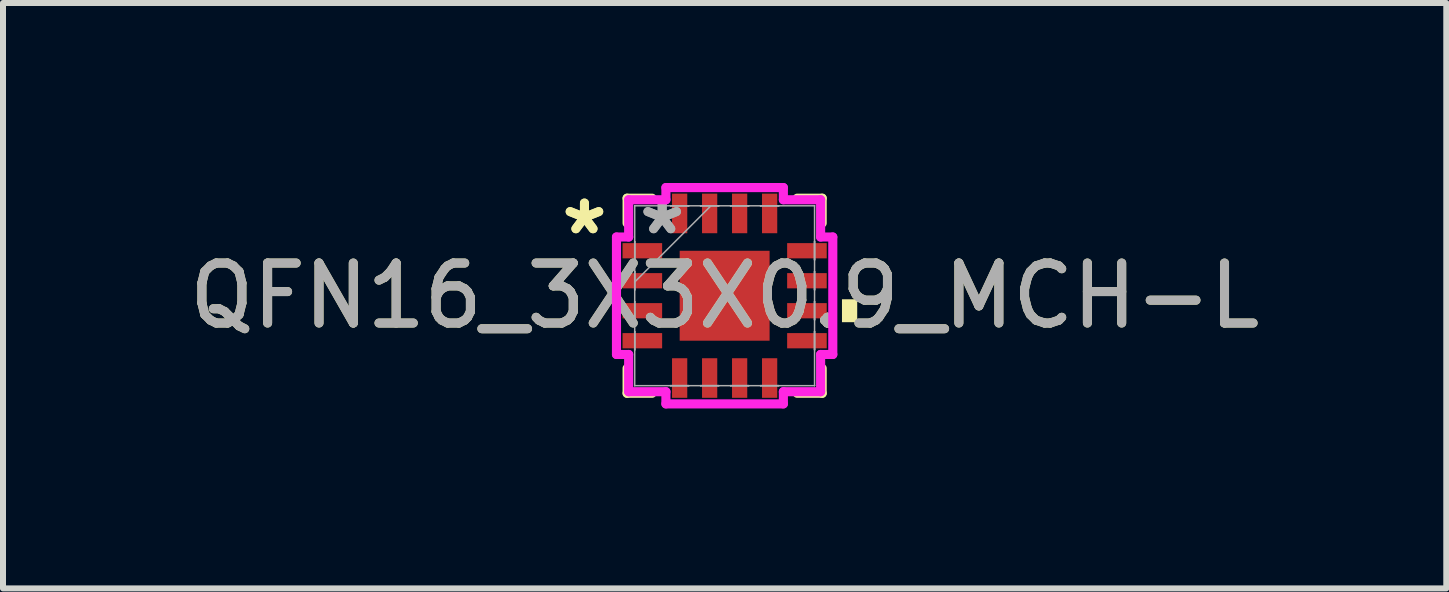
<source format=kicad_pcb>
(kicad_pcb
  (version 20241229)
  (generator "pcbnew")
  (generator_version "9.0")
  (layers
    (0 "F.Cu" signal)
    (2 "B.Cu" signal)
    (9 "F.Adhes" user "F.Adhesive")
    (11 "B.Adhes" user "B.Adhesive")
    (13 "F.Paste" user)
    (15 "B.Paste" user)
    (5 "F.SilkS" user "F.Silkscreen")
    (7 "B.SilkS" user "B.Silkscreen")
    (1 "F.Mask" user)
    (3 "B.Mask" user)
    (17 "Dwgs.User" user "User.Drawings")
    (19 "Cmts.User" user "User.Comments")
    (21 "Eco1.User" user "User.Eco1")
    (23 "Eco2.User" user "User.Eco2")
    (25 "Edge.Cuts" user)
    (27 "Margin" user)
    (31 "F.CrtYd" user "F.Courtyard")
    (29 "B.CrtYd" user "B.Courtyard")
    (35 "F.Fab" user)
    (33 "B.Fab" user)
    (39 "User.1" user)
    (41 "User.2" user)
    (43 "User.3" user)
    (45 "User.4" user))
  (footprint "QFN16_3X3X0.9_MCH-L"
    (layer "F.Cu")
    (at 9.03 1.88)
    (property "Reference" "QFN16_3X3X0.9_MCH-L" (at 0 0 0) (unlocked yes) (layer "F.SilkS") (effects (font (size 1 1) (thickness 0.15))))
    (attr smd)
    (fp_line (start -1.626 -1.626) (end -1.626 -1.21) (stroke (width 0.152) (type solid)) (layer "F.SilkS"))
    (fp_line (start -1.626 1.21) (end -1.626 1.626) (stroke (width 0.152) (type solid)) (layer "F.SilkS"))
    (fp_line (start -1.626 1.626) (end -1.21 1.626) (stroke (width 0.152) (type solid)) (layer "F.SilkS"))
    (fp_line (start -1.21 -1.626) (end -1.626 -1.626) (stroke (width 0.152) (type solid)) (layer "F.SilkS"))
    (fp_line (start 1.21 1.626) (end 1.626 1.626) (stroke (width 0.152) (type solid)) (layer "F.SilkS"))
    (fp_line (start 1.626 -1.626) (end 1.21 -1.626) (stroke (width 0.152) (type solid)) (layer "F.SilkS"))
    (fp_line (start 1.626 -1.21) (end 1.626 -1.626) (stroke (width 0.152) (type solid)) (layer "F.SilkS"))
    (fp_line (start 1.626 1.626) (end 1.626 1.21) (stroke (width 0.152) (type solid)) (layer "F.SilkS"))
    (fp_poly (pts (xy 2.21 0.059) (xy 2.21 0.441) (xy 1.956 0.441) (xy 1.956 0.059)) (stroke (width 0) (type solid)) (fill yes) (layer "F.SilkS"))
    (fp_line (start -1.803 -0.979) (end -1.6 -0.979) (stroke (width 0.152) (type solid)) (layer "F.CrtYd"))
    (fp_line (start -1.803 0.979) (end -1.803 -0.979) (stroke (width 0.152) (type solid)) (layer "F.CrtYd"))
    (fp_line (start -1.6 -1.6) (end -0.979 -1.6) (stroke (width 0.152) (type solid)) (layer "F.CrtYd"))
    (fp_line (start -1.6 -0.979) (end -1.6 -1.6) (stroke (width 0.152) (type solid)) (layer "F.CrtYd"))
    (fp_line (start -1.6 0.979) (end -1.803 0.979) (stroke (width 0.152) (type solid)) (layer "F.CrtYd"))
    (fp_line (start -1.6 1.6) (end -1.6 0.979) (stroke (width 0.152) (type solid)) (layer "F.CrtYd"))
    (fp_line (start -0.979 -1.803) (end 0.979 -1.803) (stroke (width 0.152) (type solid)) (layer "F.CrtYd"))
    (fp_line (start -0.979 -1.6) (end -0.979 -1.803) (stroke (width 0.152) (type solid)) (layer "F.CrtYd"))
    (fp_line (start -0.979 1.6) (end -1.6 1.6) (stroke (width 0.152) (type solid)) (layer "F.CrtYd"))
    (fp_line (start -0.979 1.803) (end -0.979 1.6) (stroke (width 0.152) (type solid)) (layer "F.CrtYd"))
    (fp_line (start 0.979 -1.803) (end 0.979 -1.6) (stroke (width 0.152) (type solid)) (layer "F.CrtYd"))
    (fp_line (start 0.979 -1.6) (end 1.6 -1.6) (stroke (width 0.152) (type solid)) (layer "F.CrtYd"))
    (fp_line (start 0.979 1.6) (end 0.979 1.803) (stroke (width 0.152) (type solid)) (layer "F.CrtYd"))
    (fp_line (start 0.979 1.803) (end -0.979 1.803) (stroke (width 0.152) (type solid)) (layer "F.CrtYd"))
    (fp_line (start 1.6 -1.6) (end 1.6 -0.979) (stroke (width 0.152) (type solid)) (layer "F.CrtYd"))
    (fp_line (start 1.6 -0.979) (end 1.803 -0.979) (stroke (width 0.152) (type solid)) (layer "F.CrtYd"))
    (fp_line (start 1.6 0.979) (end 1.6 1.6) (stroke (width 0.152) (type solid)) (layer "F.CrtYd"))
    (fp_line (start 1.6 1.6) (end 0.979 1.6) (stroke (width 0.152) (type solid)) (layer "F.CrtYd"))
    (fp_line (start 1.803 -0.979) (end 1.803 0.979) (stroke (width 0.152) (type solid)) (layer "F.CrtYd"))
    (fp_line (start 1.803 0.979) (end 1.6 0.979) (stroke (width 0.152) (type solid)) (layer "F.CrtYd"))
    (fp_line (start -1.499 -1.499) (end -1.499 -1.499) (stroke (width 0.025) (type solid)) (layer "F.Fab"))
    (fp_line (start -1.499 -1.499) (end -1.499 1.499) (stroke (width 0.025) (type solid)) (layer "F.Fab"))
    (fp_line (start -1.499 -0.902) (end -1.499 -0.902) (stroke (width 0.025) (type solid)) (layer "F.Fab"))
    (fp_line (start -1.499 -0.902) (end -1.499 -0.598) (stroke (width 0.025) (type solid)) (layer "F.Fab"))
    (fp_line (start -1.499 -0.598) (end -1.499 -0.902) (stroke (width 0.025) (type solid)) (layer "F.Fab"))
    (fp_line (start -1.499 -0.598) (end -1.499 -0.598) (stroke (width 0.025) (type solid)) (layer "F.Fab"))
    (fp_line (start -1.499 -0.402) (end -1.499 -0.402) (stroke (width 0.025) (type solid)) (layer "F.Fab"))
    (fp_line (start -1.499 -0.402) (end -1.499 -0.098) (stroke (width 0.025) (type solid)) (layer "F.Fab"))
    (fp_line (start -1.499 -0.229) (end -0.229 -1.499) (stroke (width 0.025) (type solid)) (layer "F.Fab"))
    (fp_line (start -1.499 -0.098) (end -1.499 -0.402) (stroke (width 0.025) (type solid)) (layer "F.Fab"))
    (fp_line (start -1.499 -0.098) (end -1.499 -0.098) (stroke (width 0.025) (type solid)) (layer "F.Fab"))
    (fp_line (start -1.499 0.098) (end -1.499 0.098) (stroke (width 0.025) (type solid)) (layer "F.Fab"))
    (fp_line (start -1.499 0.098) (end -1.499 0.402) (stroke (width 0.025) (type solid)) (layer "F.Fab"))
    (fp_line (start -1.499 0.402) (end -1.499 0.098) (stroke (width 0.025) (type solid)) (layer "F.Fab"))
    (fp_line (start -1.499 0.402) (end -1.499 0.402) (stroke (width 0.025) (type solid)) (layer "F.Fab"))
    (fp_line (start -1.499 0.598) (end -1.499 0.598) (stroke (width 0.025) (type solid)) (layer "F.Fab"))
    (fp_line (start -1.499 0.598) (end -1.499 0.902) (stroke (width 0.025) (type solid)) (layer "F.Fab"))
    (fp_line (start -1.499 0.902) (end -1.499 0.598) (stroke (width 0.025) (type solid)) (layer "F.Fab"))
    (fp_line (start -1.499 0.902) (end -1.499 0.902) (stroke (width 0.025) (type solid)) (layer "F.Fab"))
    (fp_line (start -1.499 1.499) (end -1.499 1.499) (stroke (width 0.025) (type solid)) (layer "F.Fab"))
    (fp_line (start -1.499 1.499) (end 1.499 1.499) (stroke (width 0.025) (type solid)) (layer "F.Fab"))
    (fp_line (start -0.902 -1.499) (end -0.902 -1.499) (stroke (width 0.025) (type solid)) (layer "F.Fab"))
    (fp_line (start -0.902 -1.499) (end -0.598 -1.499) (stroke (width 0.025) (type solid)) (layer "F.Fab"))
    (fp_line (start -0.902 1.499) (end -0.902 1.499) (stroke (width 0.025) (type solid)) (layer "F.Fab"))
    (fp_line (start -0.902 1.499) (end -0.598 1.499) (stroke (width 0.025) (type solid)) (layer "F.Fab"))
    (fp_line (start -0.598 -1.499) (end -0.902 -1.499) (stroke (width 0.025) (type solid)) (layer "F.Fab"))
    (fp_line (start -0.598 -1.499) (end -0.598 -1.499) (stroke (width 0.025) (type solid)) (layer "F.Fab"))
    (fp_line (start -0.598 1.499) (end -0.902 1.499) (stroke (width 0.025) (type solid)) (layer "F.Fab"))
    (fp_line (start -0.598 1.499) (end -0.598 1.499) (stroke (width 0.025) (type solid)) (layer "F.Fab"))
    (fp_line (start -0.402 -1.499) (end -0.402 -1.499) (stroke (width 0.025) (type solid)) (layer "F.Fab"))
    (fp_line (start -0.402 -1.499) (end -0.098 -1.499) (stroke (width 0.025) (type solid)) (layer "F.Fab"))
    (fp_line (start -0.402 1.499) (end -0.402 1.499) (stroke (width 0.025) (type solid)) (layer "F.Fab"))
    (fp_line (start -0.402 1.499) (end -0.098 1.499) (stroke (width 0.025) (type solid)) (layer "F.Fab"))
    (fp_line (start -0.098 -1.499) (end -0.402 -1.499) (stroke (width 0.025) (type solid)) (layer "F.Fab"))
    (fp_line (start -0.098 -1.499) (end -0.098 -1.499) (stroke (width 0.025) (type solid)) (layer "F.Fab"))
    (fp_line (start -0.098 1.499) (end -0.402 1.499) (stroke (width 0.025) (type solid)) (layer "F.Fab"))
    (fp_line (start -0.098 1.499) (end -0.098 1.499) (stroke (width 0.025) (type solid)) (layer "F.Fab"))
    (fp_line (start 0.098 -1.499) (end 0.098 -1.499) (stroke (width 0.025) (type solid)) (layer "F.Fab"))
    (fp_line (start 0.098 -1.499) (end 0.402 -1.499) (stroke (width 0.025) (type solid)) (layer "F.Fab"))
    (fp_line (start 0.098 1.499) (end 0.098 1.499) (stroke (width 0.025) (type solid)) (layer "F.Fab"))
    (fp_line (start 0.098 1.499) (end 0.402 1.499) (stroke (width 0.025) (type solid)) (layer "F.Fab"))
    (fp_line (start 0.402 -1.499) (end 0.098 -1.499) (stroke (width 0.025) (type solid)) (layer "F.Fab"))
    (fp_line (start 0.402 -1.499) (end 0.402 -1.499) (stroke (width 0.025) (type solid)) (layer "F.Fab"))
    (fp_line (start 0.402 1.499) (end 0.098 1.499) (stroke (width 0.025) (type solid)) (layer "F.Fab"))
    (fp_line (start 0.402 1.499) (end 0.402 1.499) (stroke (width 0.025) (type solid)) (layer "F.Fab"))
    (fp_line (start 0.598 -1.499) (end 0.598 -1.499) (stroke (width 0.025) (type solid)) (layer "F.Fab"))
    (fp_line (start 0.598 -1.499) (end 0.902 -1.499) (stroke (width 0.025) (type solid)) (layer "F.Fab"))
    (fp_line (start 0.598 1.499) (end 0.598 1.499) (stroke (width 0.025) (type solid)) (layer "F.Fab"))
    (fp_line (start 0.598 1.499) (end 0.902 1.499) (stroke (width 0.025) (type solid)) (layer "F.Fab"))
    (fp_line (start 0.902 -1.499) (end 0.598 -1.499) (stroke (width 0.025) (type solid)) (layer "F.Fab"))
    (fp_line (start 0.902 -1.499) (end 0.902 -1.499) (stroke (width 0.025) (type solid)) (layer "F.Fab"))
    (fp_line (start 0.902 1.499) (end 0.598 1.499) (stroke (width 0.025) (type solid)) (layer "F.Fab"))
    (fp_line (start 0.902 1.499) (end 0.902 1.499) (stroke (width 0.025) (type solid)) (layer "F.Fab"))
    (fp_line (start 1.499 -1.499) (end -1.499 -1.499) (stroke (width 0.025) (type solid)) (layer "F.Fab"))
    (fp_line (start 1.499 -1.499) (end 1.499 -1.499) (stroke (width 0.025) (type solid)) (layer "F.Fab"))
    (fp_line (start 1.499 -0.902) (end 1.499 -0.902) (stroke (width 0.025) (type solid)) (layer "F.Fab"))
    (fp_line (start 1.499 -0.902) (end 1.499 -0.598) (stroke (width 0.025) (type solid)) (layer "F.Fab"))
    (fp_line (start 1.499 -0.598) (end 1.499 -0.902) (stroke (width 0.025) (type solid)) (layer "F.Fab"))
    (fp_line (start 1.499 -0.598) (end 1.499 -0.598) (stroke (width 0.025) (type solid)) (layer "F.Fab"))
    (fp_line (start 1.499 -0.402) (end 1.499 -0.402) (stroke (width 0.025) (type solid)) (layer "F.Fab"))
    (fp_line (start 1.499 -0.402) (end 1.499 -0.098) (stroke (width 0.025) (type solid)) (layer "F.Fab"))
    (fp_line (start 1.499 -0.098) (end 1.499 -0.402) (stroke (width 0.025) (type solid)) (layer "F.Fab"))
    (fp_line (start 1.499 -0.098) (end 1.499 -0.098) (stroke (width 0.025) (type solid)) (layer "F.Fab"))
    (fp_line (start 1.499 0.098) (end 1.499 0.098) (stroke (width 0.025) (type solid)) (layer "F.Fab"))
    (fp_line (start 1.499 0.098) (end 1.499 0.402) (stroke (width 0.025) (type solid)) (layer "F.Fab"))
    (fp_line (start 1.499 0.402) (end 1.499 0.098) (stroke (width 0.025) (type solid)) (layer "F.Fab"))
    (fp_line (start 1.499 0.402) (end 1.499 0.402) (stroke (width 0.025) (type solid)) (layer "F.Fab"))
    (fp_line (start 1.499 0.598) (end 1.499 0.598) (stroke (width 0.025) (type solid)) (layer "F.Fab"))
    (fp_line (start 1.499 0.598) (end 1.499 0.902) (stroke (width 0.025) (type solid)) (layer "F.Fab"))
    (fp_line (start 1.499 0.902) (end 1.499 0.598) (stroke (width 0.025) (type solid)) (layer "F.Fab"))
    (fp_line (start 1.499 0.902) (end 1.499 0.902) (stroke (width 0.025) (type solid)) (layer "F.Fab"))
    (fp_line (start 1.499 1.499) (end 1.499 -1.499) (stroke (width 0.025) (type solid)) (layer "F.Fab"))
    (fp_line (start 1.499 1.499) (end 1.499 1.499) (stroke (width 0.025) (type solid)) (layer "F.Fab"))
    (fp_text user "*" (at -2.337 -1 0) (layer "F.SilkS") (effects (font (size 1 1) (thickness 0.15))))
    (fp_text user "*" (at -2.337 -1 0) (unlocked yes) (layer "F.SilkS") (effects (font (size 1 1) (thickness 0.15))))
    (fp_text user "${REFERENCE}" (at 0 0 0) (unlocked yes) (layer "F.Fab") (effects (font (size 1 1) (thickness 0.15))))
    (fp_text user "*" (at -1.041 -1 0) (layer "F.Fab") (effects (font (size 1 1) (thickness 0.15))))
    (fp_text user "*" (at -1.041 -1 0) (unlocked yes) (layer "F.Fab") (effects (font (size 1 1) (thickness 0.15))))
    (pad "1" smd rect (at -1.372 -0.75 90) (size 0.254 0.66) (layers "F.Cu" "F.Mask" "F.Paste"))
    (pad "2" smd rect (at -1.372 -0.25 90) (size 0.254 0.66) (layers "F.Cu" "F.Mask" "F.Paste"))
    (pad "3" smd rect (at -1.372 0.25 90) (size 0.254 0.66) (layers "F.Cu" "F.Mask" "F.Paste"))
    (pad "4" smd rect (at -1.372 0.75 90) (size 0.254 0.66) (layers "F.Cu" "F.Mask" "F.Paste"))
    (pad "5" smd rect (at -0.75 1.372) (size 0.254 0.66) (layers "F.Cu" "F.Mask" "F.Paste"))
    (pad "6" smd rect (at -0.25 1.372) (size 0.254 0.66) (layers "F.Cu" "F.Mask" "F.Paste"))
    (pad "7" smd rect (at 0.25 1.372) (size 0.254 0.66) (layers "F.Cu" "F.Mask" "F.Paste"))
    (pad "8" smd rect (at 0.75 1.372) (size 0.254 0.66) (layers "F.Cu" "F.Mask" "F.Paste"))
    (pad "9" smd rect (at 1.372 0.75 90) (size 0.254 0.66) (layers "F.Cu" "F.Mask" "F.Paste"))
    (pad "10" smd rect (at 1.372 0.25 90) (size 0.254 0.66) (layers "F.Cu" "F.Mask" "F.Paste"))
    (pad "11" smd rect (at 1.372 -0.25 90) (size 0.254 0.66) (layers "F.Cu" "F.Mask" "F.Paste"))
    (pad "12" smd rect (at 1.372 -0.75 90) (size 0.254 0.66) (layers "F.Cu" "F.Mask" "F.Paste"))
    (pad "13" smd rect (at 0.75 -1.372) (size 0.254 0.66) (layers "F.Cu" "F.Mask" "F.Paste"))
    (pad "14" smd rect (at 0.25 -1.372) (size 0.254 0.66) (layers "F.Cu" "F.Mask" "F.Paste"))
    (pad "15" smd rect (at -0.25 -1.372) (size 0.254 0.66) (layers "F.Cu" "F.Mask" "F.Paste"))
    (pad "16" smd rect (at -0.75 -1.372) (size 0.254 0.66) (layers "F.Cu" "F.Mask" "F.Paste"))
    (pad "17" smd rect (at 0 0) (size 1.499 1.499) (layers "F.Cu" "F.Mask" "F.Paste")))
  (gr_rect
    (start -3 -3)
    (end 21.06 6.759)
    (stroke (width 0.1) (type default))
    (fill no)
    (layer "Edge.Cuts")))
</source>
